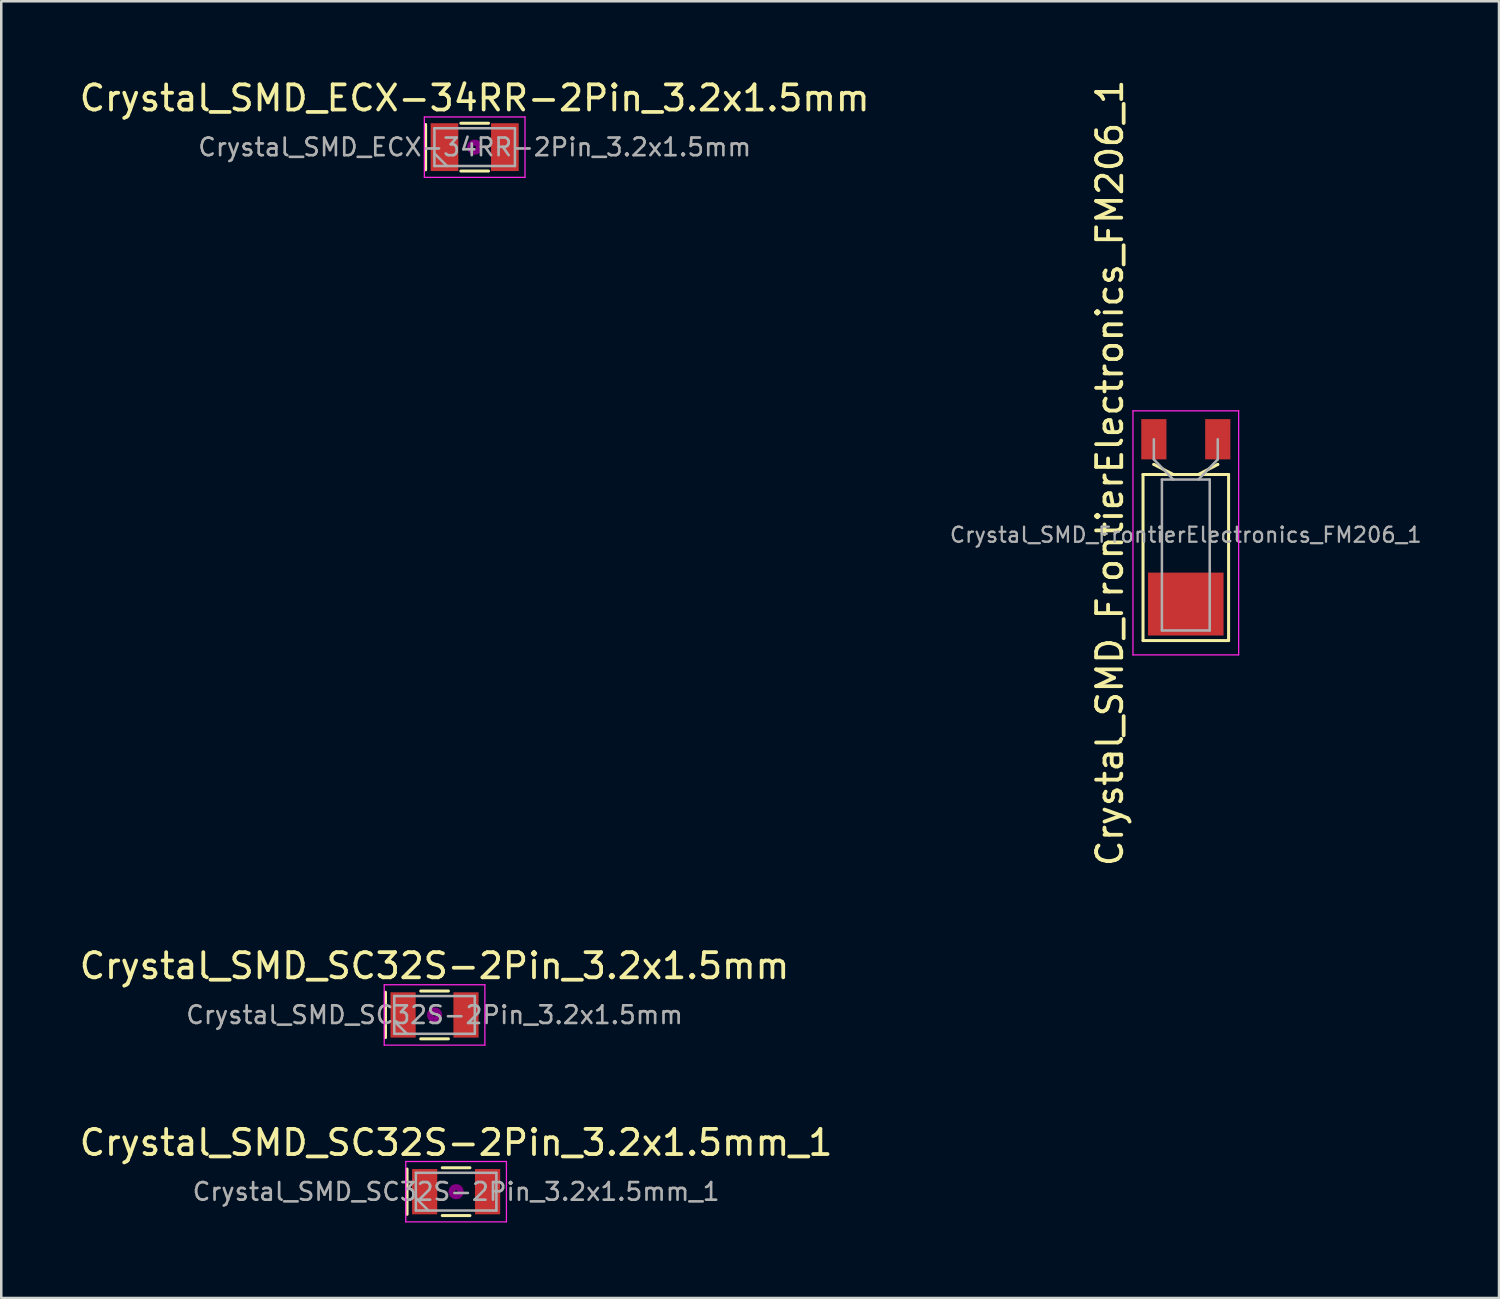
<source format=kicad_pcb>
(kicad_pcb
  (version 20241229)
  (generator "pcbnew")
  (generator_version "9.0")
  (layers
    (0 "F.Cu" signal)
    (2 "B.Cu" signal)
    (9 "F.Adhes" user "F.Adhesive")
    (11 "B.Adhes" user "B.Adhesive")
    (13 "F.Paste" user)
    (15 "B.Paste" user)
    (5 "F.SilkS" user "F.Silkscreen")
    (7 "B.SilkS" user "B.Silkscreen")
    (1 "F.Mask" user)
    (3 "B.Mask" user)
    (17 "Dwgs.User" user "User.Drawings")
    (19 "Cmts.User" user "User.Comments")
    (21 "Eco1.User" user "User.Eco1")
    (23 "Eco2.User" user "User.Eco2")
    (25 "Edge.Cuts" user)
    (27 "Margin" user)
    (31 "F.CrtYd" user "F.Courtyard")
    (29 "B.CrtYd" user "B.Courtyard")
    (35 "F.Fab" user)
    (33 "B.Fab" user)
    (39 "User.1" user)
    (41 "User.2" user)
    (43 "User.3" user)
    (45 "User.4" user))
  (footprint "Crystal_SMD_SC32S-2Pin_3.2x1.5mm_1"
    (layer "F.Cu")
    (at 15.077 44.31)
    (property "Reference" "Crystal_SMD_SC32S-2Pin_3.2x1.5mm_1" (at 0 -1.95 0) (layer "F.SilkS") (effects (font (size 1 1) (thickness 0.15))))
    (attr smd)
    (fp_line (start -1.95 -0.9) (end -1.95 0.9) (stroke (width 0.12) (type solid)) (layer "F.SilkS"))
    (fp_line (start -0.55 -0.95) (end 0.55 -0.95) (stroke (width 0.12) (type solid)) (layer "F.SilkS"))
    (fp_line (start -0.55 0.95) (end 0.55 0.95) (stroke (width 0.12) (type solid)) (layer "F.SilkS"))
    (fp_circle (center 0 0) (end 0.058 0) (stroke (width 0.117) (type solid)) (fill no) (layer "F.Adhes"))
    (fp_circle (center 0 0) (end 0.133 0) (stroke (width 0.083) (type solid)) (fill no) (layer "F.Adhes"))
    (fp_circle (center 0 0) (end 0.208 0) (stroke (width 0.083) (type solid)) (fill no) (layer "F.Adhes"))
    (fp_circle (center 0 0) (end 0.25 0) (stroke (width 0.1) (type solid)) (fill no) (layer "F.Adhes"))
    (fp_line (start -2 -1.2) (end -2 1.2) (stroke (width 0.05) (type solid)) (layer "F.CrtYd"))
    (fp_line (start -2 1.2) (end 2 1.2) (stroke (width 0.05) (type solid)) (layer "F.CrtYd"))
    (fp_line (start 2 -1.2) (end -2 -1.2) (stroke (width 0.05) (type solid)) (layer "F.CrtYd"))
    (fp_line (start 2 1.2) (end 2 -1.2) (stroke (width 0.05) (type solid)) (layer "F.CrtYd"))
    (fp_line (start -1.6 -0.75) (end -1.6 0.75) (stroke (width 0.1) (type solid)) (layer "F.Fab"))
    (fp_line (start -1.6 0.25) (end -1.1 0.75) (stroke (width 0.1) (type solid)) (layer "F.Fab"))
    (fp_line (start -1.6 0.75) (end 1.6 0.75) (stroke (width 0.1) (type solid)) (layer "F.Fab"))
    (fp_line (start 1.6 -0.75) (end -1.6 -0.75) (stroke (width 0.1) (type solid)) (layer "F.Fab"))
    (fp_line (start 1.6 0.75) (end 1.6 -0.75) (stroke (width 0.1) (type solid)) (layer "F.Fab"))
    (fp_text user "${REFERENCE}" (at 0 0 0) (layer "F.Fab") (effects (font (size 0.7 0.7) (thickness 0.105))))
    (pad "1" smd rect (at -1.25 0) (size 1 1.8) (layers "F.Cu" "F.Mask" "F.Paste"))
    (pad "2" smd rect (at 1.25 0) (size 1 1.8) (layers "F.Cu" "F.Mask" "F.Paste")))
  (footprint "Crystal_SMD_FrontierElectronics_FM206_1"
    (layer "F.Cu")
    (at 44.077 17.907)
    (property "Reference" "Crystal_SMD_FrontierElectronics_FM206_1" (at -3.02 -2.163 90) (layer "F.SilkS") (effects (font (size 1 1) (thickness 0.15))))
    (attr smd)
    (fp_line (start -1.7 -2.1) (end -1.7 4.5) (stroke (width 0.12) (type solid)) (layer "F.SilkS"))
    (fp_line (start -1.7 4.5) (end 1.7 4.5) (stroke (width 0.12) (type solid)) (layer "F.SilkS"))
    (fp_line (start -1.27 -2.5) (end -1.27 -2.5) (stroke (width 0.12) (type solid)) (layer "F.SilkS"))
    (fp_line (start -0.5 -2.1) (end -1.27 -2.5) (stroke (width 0.12) (type solid)) (layer "F.SilkS"))
    (fp_line (start 0.5 -2.1) (end 1.27 -2.5) (stroke (width 0.12) (type solid)) (layer "F.SilkS"))
    (fp_line (start 1.27 -2.5) (end 1.27 -2.5) (stroke (width 0.12) (type solid)) (layer "F.SilkS"))
    (fp_line (start 1.7 -2.1) (end -1.7 -2.1) (stroke (width 0.12) (type solid)) (layer "F.SilkS"))
    (fp_line (start 1.7 4.5) (end 1.7 -2.1) (stroke (width 0.12) (type solid)) (layer "F.SilkS"))
    (fp_line (start -2.1 -4.63) (end -2.1 5.07) (stroke (width 0.05) (type solid)) (layer "F.CrtYd"))
    (fp_line (start -2.1 5.07) (end 2.1 5.07) (stroke (width 0.05) (type solid)) (layer "F.CrtYd"))
    (fp_line (start 2.1 -4.63) (end -2.1 -4.63) (stroke (width 0.05) (type solid)) (layer "F.CrtYd"))
    (fp_line (start 2.1 5.07) (end 2.1 -4.63) (stroke (width 0.05) (type solid)) (layer "F.CrtYd"))
    (fp_line (start -1.27 -2.7) (end -1.27 -3.5) (stroke (width 0.1) (type solid)) (layer "F.Fab"))
    (fp_line (start -0.95 -1.9) (end -0.95 4.1) (stroke (width 0.1) (type solid)) (layer "F.Fab"))
    (fp_line (start -0.95 4.1) (end 0.95 4.1) (stroke (width 0.1) (type solid)) (layer "F.Fab"))
    (fp_line (start -0.5 -1.9) (end -1.27 -2.7) (stroke (width 0.1) (type solid)) (layer "F.Fab"))
    (fp_line (start 0.5 -1.9) (end 1.27 -2.7) (stroke (width 0.1) (type solid)) (layer "F.Fab"))
    (fp_line (start 0.95 -1.9) (end -0.95 -1.9) (stroke (width 0.1) (type solid)) (layer "F.Fab"))
    (fp_line (start 0.95 4.1) (end 0.95 -1.9) (stroke (width 0.1) (type solid)) (layer "F.Fab"))
    (fp_line (start 1.27 -2.7) (end 1.27 -3.5) (stroke (width 0.1) (type solid)) (layer "F.Fab"))
    (fp_text user "${REFERENCE}" (at 0 0.3 0) (layer "F.Fab") (effects (font (size 0.6 0.6) (thickness 0.09))))
    (pad "1" smd rect (at -1.27 -3.5) (size 1 1.6) (layers "F.Cu" "F.Mask" "F.Paste"))
    (pad "2" smd rect (at 1.27 -3.5) (size 1 1.6) (layers "F.Cu" "F.Mask" "F.Paste"))
    (pad "3" smd rect (at 0 3.05) (size 3 2.5) (layers "F.Cu" "F.Mask" "F.Paste")))
  (footprint "Crystal_SMD_SC32S-2Pin_3.2x1.5mm"
    (layer "F.Cu")
    (at 14.22 37.286)
    (property "Reference" "Crystal_SMD_SC32S-2Pin_3.2x1.5mm" (at 0 -1.95 0) (layer "F.SilkS") (effects (font (size 1 1) (thickness 0.15))))
    (attr smd)
    (fp_line (start -1.95 -0.9) (end -1.95 0.9) (stroke (width 0.12) (type solid)) (layer "F.SilkS"))
    (fp_line (start -0.55 -0.95) (end 0.55 -0.95) (stroke (width 0.12) (type solid)) (layer "F.SilkS"))
    (fp_line (start -0.55 0.95) (end 0.55 0.95) (stroke (width 0.12) (type solid)) (layer "F.SilkS"))
    (fp_circle (center 0 0) (end 0.058 0) (stroke (width 0.117) (type solid)) (fill no) (layer "F.Adhes"))
    (fp_circle (center 0 0) (end 0.133 0) (stroke (width 0.083) (type solid)) (fill no) (layer "F.Adhes"))
    (fp_circle (center 0 0) (end 0.208 0) (stroke (width 0.083) (type solid)) (fill no) (layer "F.Adhes"))
    (fp_circle (center 0 0) (end 0.25 0) (stroke (width 0.1) (type solid)) (fill no) (layer "F.Adhes"))
    (fp_line (start -2 -1.2) (end -2 1.2) (stroke (width 0.05) (type solid)) (layer "F.CrtYd"))
    (fp_line (start -2 1.2) (end 2 1.2) (stroke (width 0.05) (type solid)) (layer "F.CrtYd"))
    (fp_line (start 2 -1.2) (end -2 -1.2) (stroke (width 0.05) (type solid)) (layer "F.CrtYd"))
    (fp_line (start 2 1.2) (end 2 -1.2) (stroke (width 0.05) (type solid)) (layer "F.CrtYd"))
    (fp_line (start -1.6 -0.75) (end -1.6 0.75) (stroke (width 0.1) (type solid)) (layer "F.Fab"))
    (fp_line (start -1.6 0.25) (end -1.1 0.75) (stroke (width 0.1) (type solid)) (layer "F.Fab"))
    (fp_line (start -1.6 0.75) (end 1.6 0.75) (stroke (width 0.1) (type solid)) (layer "F.Fab"))
    (fp_line (start 1.6 -0.75) (end -1.6 -0.75) (stroke (width 0.1) (type solid)) (layer "F.Fab"))
    (fp_line (start 1.6 0.75) (end 1.6 -0.75) (stroke (width 0.1) (type solid)) (layer "F.Fab"))
    (fp_text user "${REFERENCE}" (at 0 0 0) (layer "F.Fab") (effects (font (size 0.7 0.7) (thickness 0.105))))
    (pad "1" smd rect (at -1.25 0) (size 1 1.8) (layers "F.Cu" "F.Mask" "F.Paste"))
    (pad "2" smd rect (at 1.25 0) (size 1 1.8) (layers "F.Cu" "F.Mask" "F.Paste")))
  (footprint "Crystal_SMD_ECX-34RR-2Pin_3.2x1.5mm"
    (layer "F.Cu")
    (at 15.815 2.798)
    (property "Reference" "Crystal_SMD_ECX-34RR-2Pin_3.2x1.5mm" (at 0 -1.95 0) (layer "F.SilkS") (effects (font (size 1 1) (thickness 0.15))))
    (attr smd)
    (fp_line (start -1.95 -0.9) (end -1.95 0.9) (stroke (width 0.12) (type solid)) (layer "F.SilkS"))
    (fp_line (start -0.55 -0.95) (end 0.55 -0.95) (stroke (width 0.12) (type solid)) (layer "F.SilkS"))
    (fp_line (start -0.55 0.95) (end 0.55 0.95) (stroke (width 0.12) (type solid)) (layer "F.SilkS"))
    (fp_circle (center 0 0) (end 0.058 0) (stroke (width 0.117) (type solid)) (fill no) (layer "F.Adhes"))
    (fp_circle (center 0 0) (end 0.133 0) (stroke (width 0.083) (type solid)) (fill no) (layer "F.Adhes"))
    (fp_circle (center 0 0) (end 0.208 0) (stroke (width 0.083) (type solid)) (fill no) (layer "F.Adhes"))
    (fp_circle (center 0 0) (end 0.25 0) (stroke (width 0.1) (type solid)) (fill no) (layer "F.Adhes"))
    (fp_line (start -2 -1.2) (end -2 1.2) (stroke (width 0.05) (type solid)) (layer "F.CrtYd"))
    (fp_line (start -2 1.2) (end 2 1.2) (stroke (width 0.05) (type solid)) (layer "F.CrtYd"))
    (fp_line (start 2 -1.2) (end -2 -1.2) (stroke (width 0.05) (type solid)) (layer "F.CrtYd"))
    (fp_line (start 2 1.2) (end 2 -1.2) (stroke (width 0.05) (type solid)) (layer "F.CrtYd"))
    (fp_line (start -1.6 -0.75) (end -1.6 0.75) (stroke (width 0.1) (type solid)) (layer "F.Fab"))
    (fp_line (start -1.6 0.25) (end -1.1 0.75) (stroke (width 0.1) (type solid)) (layer "F.Fab"))
    (fp_line (start -1.6 0.75) (end 1.6 0.75) (stroke (width 0.1) (type solid)) (layer "F.Fab"))
    (fp_line (start 1.6 -0.75) (end -1.6 -0.75) (stroke (width 0.1) (type solid)) (layer "F.Fab"))
    (fp_line (start 1.6 0.75) (end 1.6 -0.75) (stroke (width 0.1) (type solid)) (layer "F.Fab"))
    (fp_text user "${REFERENCE}" (at 0 0 0) (layer "F.Fab") (effects (font (size 0.7 0.7) (thickness 0.105))))
    (pad "1" smd rect (at -1.2 0) (size 1.1 1.9) (layers "F.Cu" "F.Mask" "F.Paste"))
    (pad "2" smd rect (at 1.2 0) (size 1.1 1.9) (layers "F.Cu" "F.Mask" "F.Paste")))
  (gr_rect
    (start -3 -3)
    (end 56.524 48.535)
    (stroke (width 0.1) (type default))
    (fill no)
    (layer "Edge.Cuts")))
</source>
